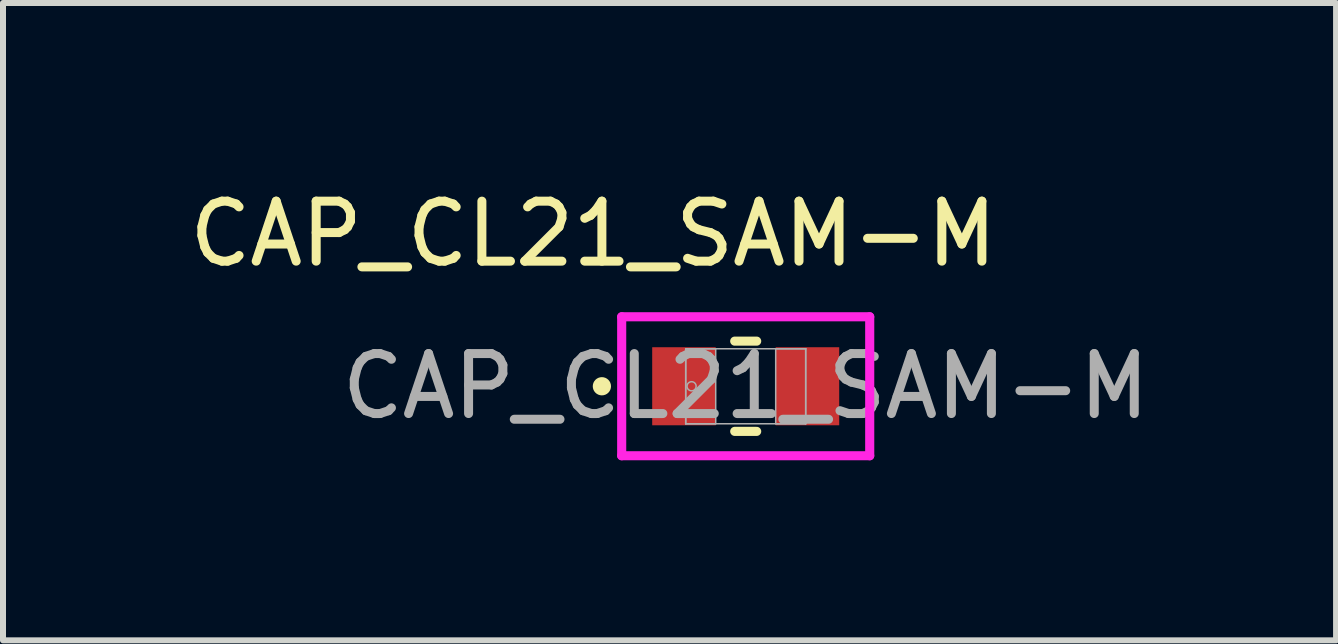
<source format=kicad_pcb>
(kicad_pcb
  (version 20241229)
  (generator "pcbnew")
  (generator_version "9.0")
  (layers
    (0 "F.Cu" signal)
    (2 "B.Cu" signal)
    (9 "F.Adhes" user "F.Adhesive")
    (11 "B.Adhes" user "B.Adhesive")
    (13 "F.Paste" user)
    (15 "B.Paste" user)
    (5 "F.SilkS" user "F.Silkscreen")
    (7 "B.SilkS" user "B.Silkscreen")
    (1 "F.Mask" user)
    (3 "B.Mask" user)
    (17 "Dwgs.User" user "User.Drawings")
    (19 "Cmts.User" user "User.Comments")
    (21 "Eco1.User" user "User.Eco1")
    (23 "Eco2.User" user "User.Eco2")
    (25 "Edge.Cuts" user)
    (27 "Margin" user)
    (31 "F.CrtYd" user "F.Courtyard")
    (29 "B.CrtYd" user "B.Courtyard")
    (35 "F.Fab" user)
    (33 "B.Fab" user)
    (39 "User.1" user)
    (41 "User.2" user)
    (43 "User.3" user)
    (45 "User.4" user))
  (footprint "CAP_CL21_SAM-M"
    (layer "F.Cu")
    (at 9.379 3.388)
    (property "Reference" "CAP_CL21_SAM-M" (at -2.54 -2.54 0) (unlocked yes) (layer "F.SilkS") (effects (font (size 1 1) (thickness 0.15))))
    (attr smd)
    (fp_line (start -0.183 0.752) (end 0.183 0.752) (stroke (width 0.152) (type solid)) (layer "F.SilkS"))
    (fp_line (start 0.183 -0.752) (end -0.183 -0.752) (stroke (width 0.152) (type solid)) (layer "F.SilkS"))
    (fp_circle (center -2.397 0) (end -2.321 0) (stroke (width 0.152) (type solid)) (fill no) (layer "F.SilkS"))
    (fp_line (start -2.067 -1.158) (end 2.067 -1.158) (stroke (width 0.152) (type solid)) (layer "F.CrtYd"))
    (fp_line (start -2.067 1.158) (end -2.067 -1.158) (stroke (width 0.152) (type solid)) (layer "F.CrtYd"))
    (fp_line (start 2.067 -1.158) (end 2.067 1.158) (stroke (width 0.152) (type solid)) (layer "F.CrtYd"))
    (fp_line (start 2.067 1.158) (end -2.067 1.158) (stroke (width 0.152) (type solid)) (layer "F.CrtYd"))
    (fp_line (start -1 -0.625) (end -1 0.625) (stroke (width 0.025) (type solid)) (layer "F.Fab"))
    (fp_line (start -1 -0.625) (end -1 0.625) (stroke (width 0.025) (type solid)) (layer "F.Fab"))
    (fp_line (start -1 0.625) (end -0.5 0.625) (stroke (width 0.025) (type solid)) (layer "F.Fab"))
    (fp_line (start -1 0.625) (end 1 0.625) (stroke (width 0.025) (type solid)) (layer "F.Fab"))
    (fp_line (start -0.5 -0.625) (end -1 -0.625) (stroke (width 0.025) (type solid)) (layer "F.Fab"))
    (fp_line (start -0.5 0.625) (end -0.5 -0.625) (stroke (width 0.025) (type solid)) (layer "F.Fab"))
    (fp_line (start 0.5 -0.625) (end 0.5 0.625) (stroke (width 0.025) (type solid)) (layer "F.Fab"))
    (fp_line (start 0.5 0.625) (end 1 0.625) (stroke (width 0.025) (type solid)) (layer "F.Fab"))
    (fp_line (start 1 -0.625) (end -1 -0.625) (stroke (width 0.025) (type solid)) (layer "F.Fab"))
    (fp_line (start 1 -0.625) (end 0.5 -0.625) (stroke (width 0.025) (type solid)) (layer "F.Fab"))
    (fp_line (start 1 0.625) (end 1 -0.625) (stroke (width 0.025) (type solid)) (layer "F.Fab"))
    (fp_line (start 1 0.625) (end 1 -0.625) (stroke (width 0.025) (type solid)) (layer "F.Fab"))
    (fp_circle (center -0.902 0) (end -0.826 0) (stroke (width 0.025) (type solid)) (fill no) (layer "F.Fab"))
    (fp_text user "${REFERENCE}" (at 0 0 0) (unlocked yes) (layer "F.Fab") (effects (font (size 1 1) (thickness 0.15))))
    (pad "1" smd rect (at -1.029 0) (size 1.059 1.301) (layers "F.Cu" "F.Mask" "F.Paste"))
    (pad "2" smd rect (at 1.029 0) (size 1.059 1.301) (layers "F.Cu" "F.Mask" "F.Paste"))
    (zone (net_name "") (layer "F.Cu") (hatch full 0.508) (connect_pads) (min_thickness 0.254) (filled_areas_thickness no) (keepout (tracks not_allowed) (vias not_allowed) (pads allowed) (copperpour not_allowed) (footprints allowed)) (placement (enabled no)) (fill) (polygon (pts (xy 8.93 2.814) (xy 9.828 2.814) (xy 9.828 3.962) (xy 8.93 3.962)))))
  (gr_rect
    (start -3 -3)
    (end 19.219 7.623)
    (stroke (width 0.1) (type default))
    (fill no)
    (layer "Edge.Cuts")))
</source>
